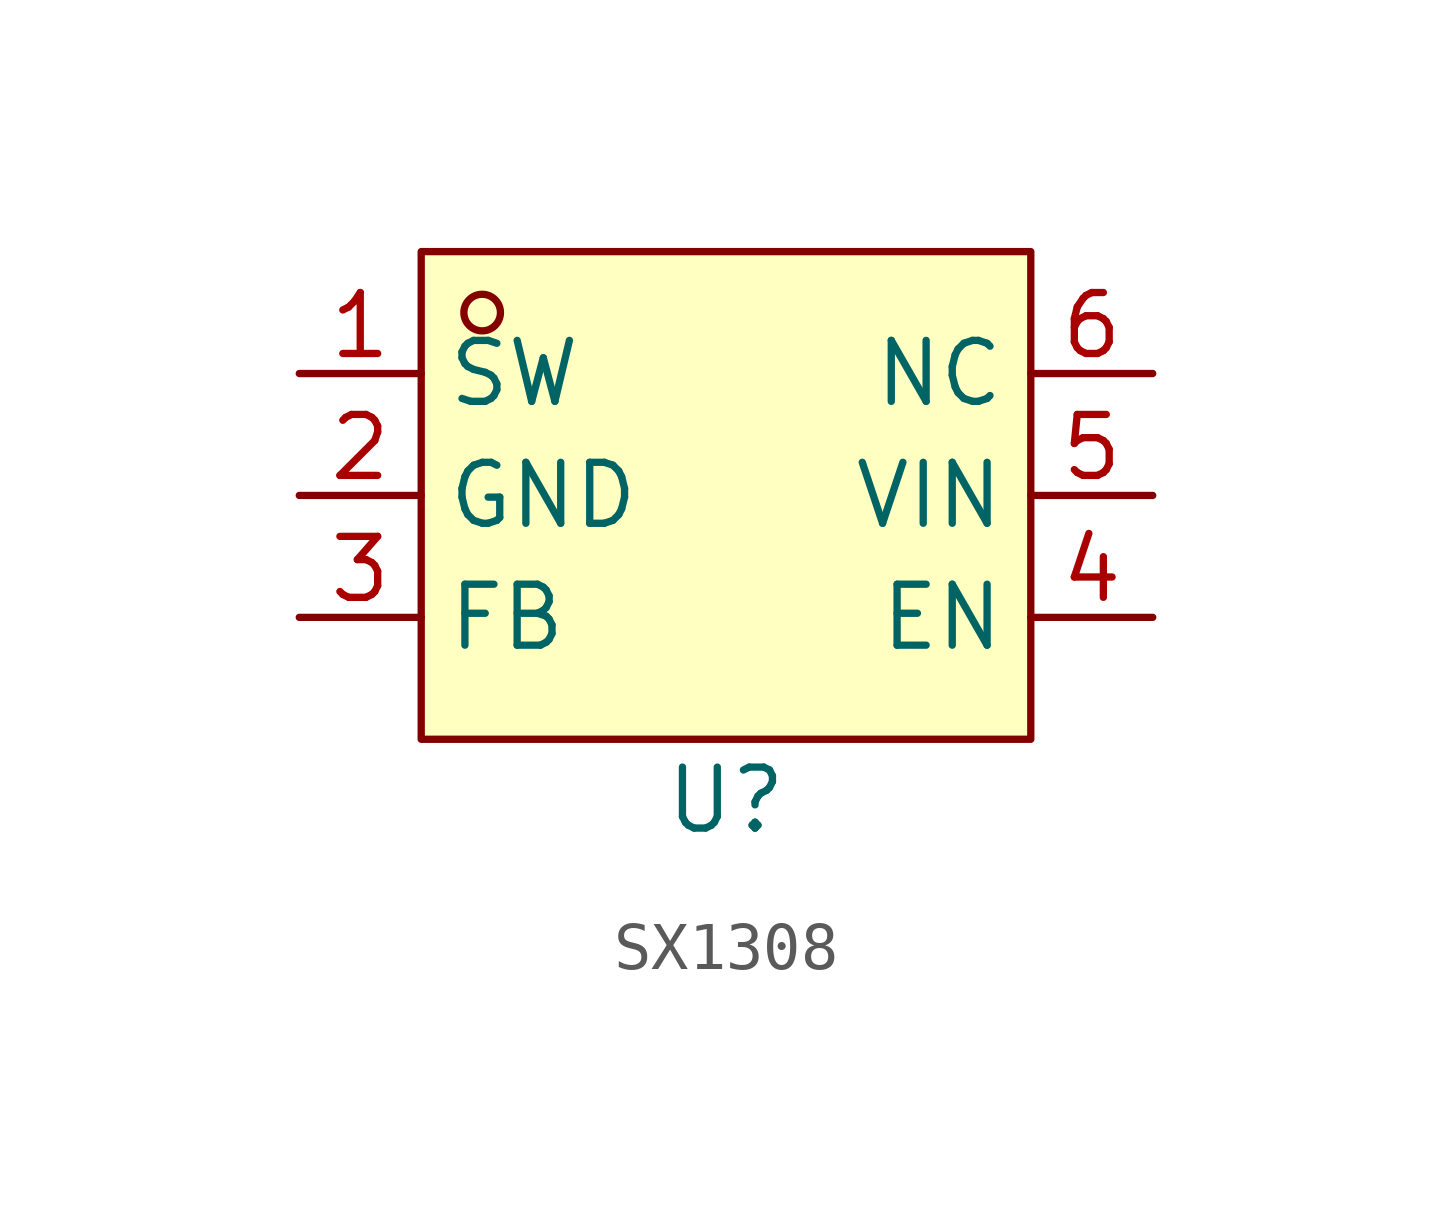
<source format=kicad_sym>
(kicad_symbol_lib
  (version 20241209)
  (generator "kicad_symbol_editor")
  (generator_version "9.0")
  (symbol "SX1308"
    (property "Reference" "U"
      (at 0 -6.35 0)
      (effects (font (size 1.27 1.27))))
    (property "Value" ""
      (at 0 0 0)
      (effects (font (size 1.27 1.27))))
    (symbol "SX1308_1_0"
      (rectangle (start -6.35 5.08) (end 6.35 -5.08) (stroke (width 0) (type default)) (fill (type background)))
      (circle (center -5.08 3.81) (radius 0.381) (stroke (width 0) (type default)) (fill (type none)))
      (pin unspecified line (at -8.89 2.54 0) (length 2.54) (name "SW" (effects (font (size 1.27 1.27)))) (number "1" (effects (font (size 1.27 1.27)))))
      (pin unspecified line (at -8.89 0 0) (length 2.54) (name "GND" (effects (font (size 1.27 1.27)))) (number "2" (effects (font (size 1.27 1.27)))))
      (pin unspecified line (at -8.89 -2.54 0) (length 2.54) (name "FB" (effects (font (size 1.27 1.27)))) (number "3" (effects (font (size 1.27 1.27)))))
      (pin unspecified line (at 8.89 2.54 180) (length 2.54) (name "NC" (effects (font (size 1.27 1.27)))) (number "6" (effects (font (size 1.27 1.27)))))
      (pin unspecified line (at 8.89 0 180) (length 2.54) (name "VIN" (effects (font (size 1.27 1.27)))) (number "5" (effects (font (size 1.27 1.27)))))
      (pin unspecified line (at 8.89 -2.54 180) (length 2.54) (name "EN" (effects (font (size 1.27 1.27)))) (number "4" (effects (font (size 1.27 1.27))))))))
</source>
